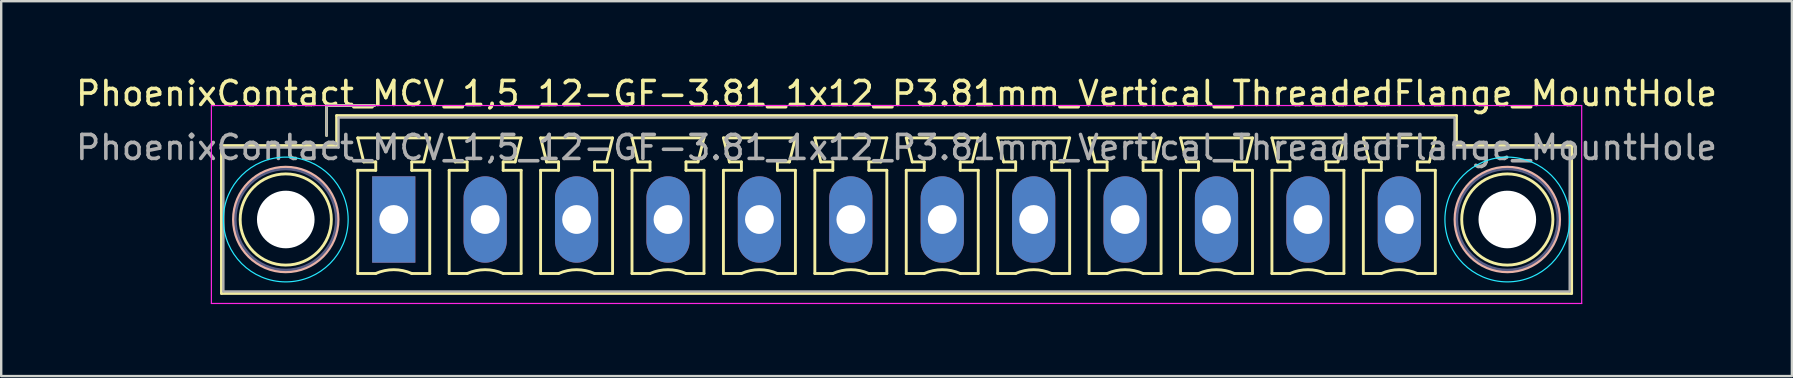
<source format=kicad_pcb>
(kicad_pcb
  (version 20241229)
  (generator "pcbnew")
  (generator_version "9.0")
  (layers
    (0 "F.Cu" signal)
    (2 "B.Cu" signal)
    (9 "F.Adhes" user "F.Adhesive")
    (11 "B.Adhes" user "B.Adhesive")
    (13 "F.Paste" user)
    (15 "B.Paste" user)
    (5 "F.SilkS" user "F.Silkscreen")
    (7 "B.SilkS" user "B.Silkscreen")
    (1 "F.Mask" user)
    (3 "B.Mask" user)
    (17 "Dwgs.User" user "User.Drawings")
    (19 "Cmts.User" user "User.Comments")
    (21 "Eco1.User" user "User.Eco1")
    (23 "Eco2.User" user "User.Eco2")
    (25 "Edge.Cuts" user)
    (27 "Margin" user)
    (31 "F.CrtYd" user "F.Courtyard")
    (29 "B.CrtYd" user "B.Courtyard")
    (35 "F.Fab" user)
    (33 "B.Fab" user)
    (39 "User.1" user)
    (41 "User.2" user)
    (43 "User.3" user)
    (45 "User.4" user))
  (footprint "PhoenixContact_MCV_1,5_12-GF-3.81_1x12_P3.81mm_Vertical_ThreadedFlange_MountHole"
    (layer "F.Cu")
    (at 13.36 6.098)
    (property "Reference" "PhoenixContact_MCV_1,5_12-GF-3.81_1x12_P3.81mm_Vertical_ThreadedFlange_MountHole" (at 20.955 -5.25 0) (layer "F.SilkS") (effects (font (size 1 1) (thickness 0.15))))
    (attr through_hole)
    (fp_line (start -7.18 -3.08) (end -7.18 3.08) (stroke (width 0.12) (type solid)) (layer "F.SilkS"))
    (fp_line (start -7.18 3.08) (end 49.09 3.08) (stroke (width 0.12) (type solid)) (layer "F.SilkS"))
    (fp_line (start -2.8 -4.75) (end -0.8 -4.75) (stroke (width 0.12) (type solid)) (layer "F.SilkS"))
    (fp_line (start -2.8 -3.5) (end -2.8 -4.75) (stroke (width 0.12) (type solid)) (layer "F.SilkS"))
    (fp_line (start -2.38 -4.33) (end -2.38 -3.08) (stroke (width 0.12) (type solid)) (layer "F.SilkS"))
    (fp_line (start -2.38 -3.08) (end -7.18 -3.08) (stroke (width 0.12) (type solid)) (layer "F.SilkS"))
    (fp_line (start -1.5 -3.4) (end 1.5 -3.4) (stroke (width 0.12) (type solid)) (layer "F.SilkS"))
    (fp_line (start -1.5 -2.05) (end -0.75 -2.05) (stroke (width 0.12) (type solid)) (layer "F.SilkS"))
    (fp_line (start -1.5 2.25) (end -1.5 -2.05) (stroke (width 0.12) (type solid)) (layer "F.SilkS"))
    (fp_line (start -1.25 -2.4) (end -1.5 -3.4) (stroke (width 0.12) (type solid)) (layer "F.SilkS"))
    (fp_line (start -0.75 -2.4) (end -1.25 -2.4) (stroke (width 0.12) (type solid)) (layer "F.SilkS"))
    (fp_line (start -0.75 -2.05) (end -0.75 -2.4) (stroke (width 0.12) (type solid)) (layer "F.SilkS"))
    (fp_line (start -0.75 2.25) (end -1.5 2.25) (stroke (width 0.12) (type solid)) (layer "F.SilkS"))
    (fp_line (start 0.75 -2.4) (end 0.75 -2.05) (stroke (width 0.12) (type solid)) (layer "F.SilkS"))
    (fp_line (start 0.75 -2.05) (end 1.5 -2.05) (stroke (width 0.12) (type solid)) (layer "F.SilkS"))
    (fp_line (start 1.25 -2.4) (end 0.75 -2.4) (stroke (width 0.12) (type solid)) (layer "F.SilkS"))
    (fp_line (start 1.5 -3.4) (end 1.25 -2.4) (stroke (width 0.12) (type solid)) (layer "F.SilkS"))
    (fp_line (start 1.5 -2.05) (end 1.5 2.25) (stroke (width 0.12) (type solid)) (layer "F.SilkS"))
    (fp_line (start 1.5 2.25) (end 0.75 2.25) (stroke (width 0.12) (type solid)) (layer "F.SilkS"))
    (fp_line (start 2.31 -3.4) (end 5.31 -3.4) (stroke (width 0.12) (type solid)) (layer "F.SilkS"))
    (fp_line (start 2.31 -2.05) (end 3.06 -2.05) (stroke (width 0.12) (type solid)) (layer "F.SilkS"))
    (fp_line (start 2.31 2.25) (end 2.31 -2.05) (stroke (width 0.12) (type solid)) (layer "F.SilkS"))
    (fp_line (start 2.56 -2.4) (end 2.31 -3.4) (stroke (width 0.12) (type solid)) (layer "F.SilkS"))
    (fp_line (start 3.06 -2.4) (end 2.56 -2.4) (stroke (width 0.12) (type solid)) (layer "F.SilkS"))
    (fp_line (start 3.06 -2.05) (end 3.06 -2.4) (stroke (width 0.12) (type solid)) (layer "F.SilkS"))
    (fp_line (start 3.06 2.25) (end 2.31 2.25) (stroke (width 0.12) (type solid)) (layer "F.SilkS"))
    (fp_line (start 4.56 -2.4) (end 4.56 -2.05) (stroke (width 0.12) (type solid)) (layer "F.SilkS"))
    (fp_line (start 4.56 -2.05) (end 5.31 -2.05) (stroke (width 0.12) (type solid)) (layer "F.SilkS"))
    (fp_line (start 5.06 -2.4) (end 4.56 -2.4) (stroke (width 0.12) (type solid)) (layer "F.SilkS"))
    (fp_line (start 5.31 -3.4) (end 5.06 -2.4) (stroke (width 0.12) (type solid)) (layer "F.SilkS"))
    (fp_line (start 5.31 -2.05) (end 5.31 2.25) (stroke (width 0.12) (type solid)) (layer "F.SilkS"))
    (fp_line (start 5.31 2.25) (end 4.56 2.25) (stroke (width 0.12) (type solid)) (layer "F.SilkS"))
    (fp_line (start 6.12 -3.4) (end 9.12 -3.4) (stroke (width 0.12) (type solid)) (layer "F.SilkS"))
    (fp_line (start 6.12 -2.05) (end 6.87 -2.05) (stroke (width 0.12) (type solid)) (layer "F.SilkS"))
    (fp_line (start 6.12 2.25) (end 6.12 -2.05) (stroke (width 0.12) (type solid)) (layer "F.SilkS"))
    (fp_line (start 6.37 -2.4) (end 6.12 -3.4) (stroke (width 0.12) (type solid)) (layer "F.SilkS"))
    (fp_line (start 6.87 -2.4) (end 6.37 -2.4) (stroke (width 0.12) (type solid)) (layer "F.SilkS"))
    (fp_line (start 6.87 -2.05) (end 6.87 -2.4) (stroke (width 0.12) (type solid)) (layer "F.SilkS"))
    (fp_line (start 6.87 2.25) (end 6.12 2.25) (stroke (width 0.12) (type solid)) (layer "F.SilkS"))
    (fp_line (start 8.37 -2.4) (end 8.37 -2.05) (stroke (width 0.12) (type solid)) (layer "F.SilkS"))
    (fp_line (start 8.37 -2.05) (end 9.12 -2.05) (stroke (width 0.12) (type solid)) (layer "F.SilkS"))
    (fp_line (start 8.87 -2.4) (end 8.37 -2.4) (stroke (width 0.12) (type solid)) (layer "F.SilkS"))
    (fp_line (start 9.12 -3.4) (end 8.87 -2.4) (stroke (width 0.12) (type solid)) (layer "F.SilkS"))
    (fp_line (start 9.12 -2.05) (end 9.12 2.25) (stroke (width 0.12) (type solid)) (layer "F.SilkS"))
    (fp_line (start 9.12 2.25) (end 8.37 2.25) (stroke (width 0.12) (type solid)) (layer "F.SilkS"))
    (fp_line (start 9.93 -3.4) (end 12.93 -3.4) (stroke (width 0.12) (type solid)) (layer "F.SilkS"))
    (fp_line (start 9.93 -2.05) (end 10.68 -2.05) (stroke (width 0.12) (type solid)) (layer "F.SilkS"))
    (fp_line (start 9.93 2.25) (end 9.93 -2.05) (stroke (width 0.12) (type solid)) (layer "F.SilkS"))
    (fp_line (start 10.18 -2.4) (end 9.93 -3.4) (stroke (width 0.12) (type solid)) (layer "F.SilkS"))
    (fp_line (start 10.68 -2.4) (end 10.18 -2.4) (stroke (width 0.12) (type solid)) (layer "F.SilkS"))
    (fp_line (start 10.68 -2.05) (end 10.68 -2.4) (stroke (width 0.12) (type solid)) (layer "F.SilkS"))
    (fp_line (start 10.68 2.25) (end 9.93 2.25) (stroke (width 0.12) (type solid)) (layer "F.SilkS"))
    (fp_line (start 12.18 -2.4) (end 12.18 -2.05) (stroke (width 0.12) (type solid)) (layer "F.SilkS"))
    (fp_line (start 12.18 -2.05) (end 12.93 -2.05) (stroke (width 0.12) (type solid)) (layer "F.SilkS"))
    (fp_line (start 12.68 -2.4) (end 12.18 -2.4) (stroke (width 0.12) (type solid)) (layer "F.SilkS"))
    (fp_line (start 12.93 -3.4) (end 12.68 -2.4) (stroke (width 0.12) (type solid)) (layer "F.SilkS"))
    (fp_line (start 12.93 -2.05) (end 12.93 2.25) (stroke (width 0.12) (type solid)) (layer "F.SilkS"))
    (fp_line (start 12.93 2.25) (end 12.18 2.25) (stroke (width 0.12) (type solid)) (layer "F.SilkS"))
    (fp_line (start 13.74 -3.4) (end 16.74 -3.4) (stroke (width 0.12) (type solid)) (layer "F.SilkS"))
    (fp_line (start 13.74 -2.05) (end 14.49 -2.05) (stroke (width 0.12) (type solid)) (layer "F.SilkS"))
    (fp_line (start 13.74 2.25) (end 13.74 -2.05) (stroke (width 0.12) (type solid)) (layer "F.SilkS"))
    (fp_line (start 13.99 -2.4) (end 13.74 -3.4) (stroke (width 0.12) (type solid)) (layer "F.SilkS"))
    (fp_line (start 14.49 -2.4) (end 13.99 -2.4) (stroke (width 0.12) (type solid)) (layer "F.SilkS"))
    (fp_line (start 14.49 -2.05) (end 14.49 -2.4) (stroke (width 0.12) (type solid)) (layer "F.SilkS"))
    (fp_line (start 14.49 2.25) (end 13.74 2.25) (stroke (width 0.12) (type solid)) (layer "F.SilkS"))
    (fp_line (start 15.99 -2.4) (end 15.99 -2.05) (stroke (width 0.12) (type solid)) (layer "F.SilkS"))
    (fp_line (start 15.99 -2.05) (end 16.74 -2.05) (stroke (width 0.12) (type solid)) (layer "F.SilkS"))
    (fp_line (start 16.49 -2.4) (end 15.99 -2.4) (stroke (width 0.12) (type solid)) (layer "F.SilkS"))
    (fp_line (start 16.74 -3.4) (end 16.49 -2.4) (stroke (width 0.12) (type solid)) (layer "F.SilkS"))
    (fp_line (start 16.74 -2.05) (end 16.74 2.25) (stroke (width 0.12) (type solid)) (layer "F.SilkS"))
    (fp_line (start 16.74 2.25) (end 15.99 2.25) (stroke (width 0.12) (type solid)) (layer "F.SilkS"))
    (fp_line (start 17.55 -3.4) (end 20.55 -3.4) (stroke (width 0.12) (type solid)) (layer "F.SilkS"))
    (fp_line (start 17.55 -2.05) (end 18.3 -2.05) (stroke (width 0.12) (type solid)) (layer "F.SilkS"))
    (fp_line (start 17.55 2.25) (end 17.55 -2.05) (stroke (width 0.12) (type solid)) (layer "F.SilkS"))
    (fp_line (start 17.8 -2.4) (end 17.55 -3.4) (stroke (width 0.12) (type solid)) (layer "F.SilkS"))
    (fp_line (start 18.3 -2.4) (end 17.8 -2.4) (stroke (width 0.12) (type solid)) (layer "F.SilkS"))
    (fp_line (start 18.3 -2.05) (end 18.3 -2.4) (stroke (width 0.12) (type solid)) (layer "F.SilkS"))
    (fp_line (start 18.3 2.25) (end 17.55 2.25) (stroke (width 0.12) (type solid)) (layer "F.SilkS"))
    (fp_line (start 19.8 -2.4) (end 19.8 -2.05) (stroke (width 0.12) (type solid)) (layer "F.SilkS"))
    (fp_line (start 19.8 -2.05) (end 20.55 -2.05) (stroke (width 0.12) (type solid)) (layer "F.SilkS"))
    (fp_line (start 20.3 -2.4) (end 19.8 -2.4) (stroke (width 0.12) (type solid)) (layer "F.SilkS"))
    (fp_line (start 20.55 -3.4) (end 20.3 -2.4) (stroke (width 0.12) (type solid)) (layer "F.SilkS"))
    (fp_line (start 20.55 -2.05) (end 20.55 2.25) (stroke (width 0.12) (type solid)) (layer "F.SilkS"))
    (fp_line (start 20.55 2.25) (end 19.8 2.25) (stroke (width 0.12) (type solid)) (layer "F.SilkS"))
    (fp_line (start 21.36 -3.4) (end 24.36 -3.4) (stroke (width 0.12) (type solid)) (layer "F.SilkS"))
    (fp_line (start 21.36 -2.05) (end 22.11 -2.05) (stroke (width 0.12) (type solid)) (layer "F.SilkS"))
    (fp_line (start 21.36 2.25) (end 21.36 -2.05) (stroke (width 0.12) (type solid)) (layer "F.SilkS"))
    (fp_line (start 21.61 -2.4) (end 21.36 -3.4) (stroke (width 0.12) (type solid)) (layer "F.SilkS"))
    (fp_line (start 22.11 -2.4) (end 21.61 -2.4) (stroke (width 0.12) (type solid)) (layer "F.SilkS"))
    (fp_line (start 22.11 -2.05) (end 22.11 -2.4) (stroke (width 0.12) (type solid)) (layer "F.SilkS"))
    (fp_line (start 22.11 2.25) (end 21.36 2.25) (stroke (width 0.12) (type solid)) (layer "F.SilkS"))
    (fp_line (start 23.61 -2.4) (end 23.61 -2.05) (stroke (width 0.12) (type solid)) (layer "F.SilkS"))
    (fp_line (start 23.61 -2.05) (end 24.36 -2.05) (stroke (width 0.12) (type solid)) (layer "F.SilkS"))
    (fp_line (start 24.11 -2.4) (end 23.61 -2.4) (stroke (width 0.12) (type solid)) (layer "F.SilkS"))
    (fp_line (start 24.36 -3.4) (end 24.11 -2.4) (stroke (width 0.12) (type solid)) (layer "F.SilkS"))
    (fp_line (start 24.36 -2.05) (end 24.36 2.25) (stroke (width 0.12) (type solid)) (layer "F.SilkS"))
    (fp_line (start 24.36 2.25) (end 23.61 2.25) (stroke (width 0.12) (type solid)) (layer "F.SilkS"))
    (fp_line (start 25.17 -3.4) (end 28.17 -3.4) (stroke (width 0.12) (type solid)) (layer "F.SilkS"))
    (fp_line (start 25.17 -2.05) (end 25.92 -2.05) (stroke (width 0.12) (type solid)) (layer "F.SilkS"))
    (fp_line (start 25.17 2.25) (end 25.17 -2.05) (stroke (width 0.12) (type solid)) (layer "F.SilkS"))
    (fp_line (start 25.42 -2.4) (end 25.17 -3.4) (stroke (width 0.12) (type solid)) (layer "F.SilkS"))
    (fp_line (start 25.92 -2.4) (end 25.42 -2.4) (stroke (width 0.12) (type solid)) (layer "F.SilkS"))
    (fp_line (start 25.92 -2.05) (end 25.92 -2.4) (stroke (width 0.12) (type solid)) (layer "F.SilkS"))
    (fp_line (start 25.92 2.25) (end 25.17 2.25) (stroke (width 0.12) (type solid)) (layer "F.SilkS"))
    (fp_line (start 27.42 -2.4) (end 27.42 -2.05) (stroke (width 0.12) (type solid)) (layer "F.SilkS"))
    (fp_line (start 27.42 -2.05) (end 28.17 -2.05) (stroke (width 0.12) (type solid)) (layer "F.SilkS"))
    (fp_line (start 27.92 -2.4) (end 27.42 -2.4) (stroke (width 0.12) (type solid)) (layer "F.SilkS"))
    (fp_line (start 28.17 -3.4) (end 27.92 -2.4) (stroke (width 0.12) (type solid)) (layer "F.SilkS"))
    (fp_line (start 28.17 -2.05) (end 28.17 2.25) (stroke (width 0.12) (type solid)) (layer "F.SilkS"))
    (fp_line (start 28.17 2.25) (end 27.42 2.25) (stroke (width 0.12) (type solid)) (layer "F.SilkS"))
    (fp_line (start 28.98 -3.4) (end 31.98 -3.4) (stroke (width 0.12) (type solid)) (layer "F.SilkS"))
    (fp_line (start 28.98 -2.05) (end 29.73 -2.05) (stroke (width 0.12) (type solid)) (layer "F.SilkS"))
    (fp_line (start 28.98 2.25) (end 28.98 -2.05) (stroke (width 0.12) (type solid)) (layer "F.SilkS"))
    (fp_line (start 29.23 -2.4) (end 28.98 -3.4) (stroke (width 0.12) (type solid)) (layer "F.SilkS"))
    (fp_line (start 29.73 -2.4) (end 29.23 -2.4) (stroke (width 0.12) (type solid)) (layer "F.SilkS"))
    (fp_line (start 29.73 -2.05) (end 29.73 -2.4) (stroke (width 0.12) (type solid)) (layer "F.SilkS"))
    (fp_line (start 29.73 2.25) (end 28.98 2.25) (stroke (width 0.12) (type solid)) (layer "F.SilkS"))
    (fp_line (start 31.23 -2.4) (end 31.23 -2.05) (stroke (width 0.12) (type solid)) (layer "F.SilkS"))
    (fp_line (start 31.23 -2.05) (end 31.98 -2.05) (stroke (width 0.12) (type solid)) (layer "F.SilkS"))
    (fp_line (start 31.73 -2.4) (end 31.23 -2.4) (stroke (width 0.12) (type solid)) (layer "F.SilkS"))
    (fp_line (start 31.98 -3.4) (end 31.73 -2.4) (stroke (width 0.12) (type solid)) (layer "F.SilkS"))
    (fp_line (start 31.98 -2.05) (end 31.98 2.25) (stroke (width 0.12) (type solid)) (layer "F.SilkS"))
    (fp_line (start 31.98 2.25) (end 31.23 2.25) (stroke (width 0.12) (type solid)) (layer "F.SilkS"))
    (fp_line (start 32.79 -3.4) (end 35.79 -3.4) (stroke (width 0.12) (type solid)) (layer "F.SilkS"))
    (fp_line (start 32.79 -2.05) (end 33.54 -2.05) (stroke (width 0.12) (type solid)) (layer "F.SilkS"))
    (fp_line (start 32.79 2.25) (end 32.79 -2.05) (stroke (width 0.12) (type solid)) (layer "F.SilkS"))
    (fp_line (start 33.04 -2.4) (end 32.79 -3.4) (stroke (width 0.12) (type solid)) (layer "F.SilkS"))
    (fp_line (start 33.54 -2.4) (end 33.04 -2.4) (stroke (width 0.12) (type solid)) (layer "F.SilkS"))
    (fp_line (start 33.54 -2.05) (end 33.54 -2.4) (stroke (width 0.12) (type solid)) (layer "F.SilkS"))
    (fp_line (start 33.54 2.25) (end 32.79 2.25) (stroke (width 0.12) (type solid)) (layer "F.SilkS"))
    (fp_line (start 35.04 -2.4) (end 35.04 -2.05) (stroke (width 0.12) (type solid)) (layer "F.SilkS"))
    (fp_line (start 35.04 -2.05) (end 35.79 -2.05) (stroke (width 0.12) (type solid)) (layer "F.SilkS"))
    (fp_line (start 35.54 -2.4) (end 35.04 -2.4) (stroke (width 0.12) (type solid)) (layer "F.SilkS"))
    (fp_line (start 35.79 -3.4) (end 35.54 -2.4) (stroke (width 0.12) (type solid)) (layer "F.SilkS"))
    (fp_line (start 35.79 -2.05) (end 35.79 2.25) (stroke (width 0.12) (type solid)) (layer "F.SilkS"))
    (fp_line (start 35.79 2.25) (end 35.04 2.25) (stroke (width 0.12) (type solid)) (layer "F.SilkS"))
    (fp_line (start 36.6 -3.4) (end 39.6 -3.4) (stroke (width 0.12) (type solid)) (layer "F.SilkS"))
    (fp_line (start 36.6 -2.05) (end 37.35 -2.05) (stroke (width 0.12) (type solid)) (layer "F.SilkS"))
    (fp_line (start 36.6 2.25) (end 36.6 -2.05) (stroke (width 0.12) (type solid)) (layer "F.SilkS"))
    (fp_line (start 36.85 -2.4) (end 36.6 -3.4) (stroke (width 0.12) (type solid)) (layer "F.SilkS"))
    (fp_line (start 37.35 -2.4) (end 36.85 -2.4) (stroke (width 0.12) (type solid)) (layer "F.SilkS"))
    (fp_line (start 37.35 -2.05) (end 37.35 -2.4) (stroke (width 0.12) (type solid)) (layer "F.SilkS"))
    (fp_line (start 37.35 2.25) (end 36.6 2.25) (stroke (width 0.12) (type solid)) (layer "F.SilkS"))
    (fp_line (start 38.85 -2.4) (end 38.85 -2.05) (stroke (width 0.12) (type solid)) (layer "F.SilkS"))
    (fp_line (start 38.85 -2.05) (end 39.6 -2.05) (stroke (width 0.12) (type solid)) (layer "F.SilkS"))
    (fp_line (start 39.35 -2.4) (end 38.85 -2.4) (stroke (width 0.12) (type solid)) (layer "F.SilkS"))
    (fp_line (start 39.6 -3.4) (end 39.35 -2.4) (stroke (width 0.12) (type solid)) (layer "F.SilkS"))
    (fp_line (start 39.6 -2.05) (end 39.6 2.25) (stroke (width 0.12) (type solid)) (layer "F.SilkS"))
    (fp_line (start 39.6 2.25) (end 38.85 2.25) (stroke (width 0.12) (type solid)) (layer "F.SilkS"))
    (fp_line (start 40.41 -3.4) (end 43.41 -3.4) (stroke (width 0.12) (type solid)) (layer "F.SilkS"))
    (fp_line (start 40.41 -2.05) (end 41.16 -2.05) (stroke (width 0.12) (type solid)) (layer "F.SilkS"))
    (fp_line (start 40.41 2.25) (end 40.41 -2.05) (stroke (width 0.12) (type solid)) (layer "F.SilkS"))
    (fp_line (start 40.66 -2.4) (end 40.41 -3.4) (stroke (width 0.12) (type solid)) (layer "F.SilkS"))
    (fp_line (start 41.16 -2.4) (end 40.66 -2.4) (stroke (width 0.12) (type solid)) (layer "F.SilkS"))
    (fp_line (start 41.16 -2.05) (end 41.16 -2.4) (stroke (width 0.12) (type solid)) (layer "F.SilkS"))
    (fp_line (start 41.16 2.25) (end 40.41 2.25) (stroke (width 0.12) (type solid)) (layer "F.SilkS"))
    (fp_line (start 42.66 -2.4) (end 42.66 -2.05) (stroke (width 0.12) (type solid)) (layer "F.SilkS"))
    (fp_line (start 42.66 -2.05) (end 43.41 -2.05) (stroke (width 0.12) (type solid)) (layer "F.SilkS"))
    (fp_line (start 43.16 -2.4) (end 42.66 -2.4) (stroke (width 0.12) (type solid)) (layer "F.SilkS"))
    (fp_line (start 43.41 -3.4) (end 43.16 -2.4) (stroke (width 0.12) (type solid)) (layer "F.SilkS"))
    (fp_line (start 43.41 -2.05) (end 43.41 2.25) (stroke (width 0.12) (type solid)) (layer "F.SilkS"))
    (fp_line (start 43.41 2.25) (end 42.66 2.25) (stroke (width 0.12) (type solid)) (layer "F.SilkS"))
    (fp_line (start 44.29 -4.33) (end -2.38 -4.33) (stroke (width 0.12) (type solid)) (layer "F.SilkS"))
    (fp_line (start 44.29 -3.08) (end 44.29 -4.33) (stroke (width 0.12) (type solid)) (layer "F.SilkS"))
    (fp_line (start 49.09 -3.08) (end 44.29 -3.08) (stroke (width 0.12) (type solid)) (layer "F.SilkS"))
    (fp_line (start 49.09 3.08) (end 49.09 -3.08) (stroke (width 0.12) (type solid)) (layer "F.SilkS"))
    (fp_arc (start -0.75 2.25) (mid -0.000193 2.09191) (end 0.749647 2.249844) (stroke (width 0.12) (type solid)) (layer "F.SilkS"))
    (fp_arc (start 3.06 2.25) (mid 3.809807 2.09191) (end 4.559647 2.249844) (stroke (width 0.12) (type solid)) (layer "F.SilkS"))
    (fp_arc (start 6.87 2.25) (mid 7.619807 2.09191) (end 8.369647 2.249844) (stroke (width 0.12) (type solid)) (layer "F.SilkS"))
    (fp_arc (start 10.68 2.25) (mid 11.429807 2.09191) (end 12.179647 2.249844) (stroke (width 0.12) (type solid)) (layer "F.SilkS"))
    (fp_arc (start 14.49 2.25) (mid 15.239807 2.09191) (end 15.989647 2.249844) (stroke (width 0.12) (type solid)) (layer "F.SilkS"))
    (fp_arc (start 18.3 2.25) (mid 19.049807 2.09191) (end 19.799647 2.249844) (stroke (width 0.12) (type solid)) (layer "F.SilkS"))
    (fp_arc (start 22.11 2.25) (mid 22.859807 2.09191) (end 23.609647 2.249844) (stroke (width 0.12) (type solid)) (layer "F.SilkS"))
    (fp_arc (start 25.92 2.25) (mid 26.669807 2.09191) (end 27.419647 2.249844) (stroke (width 0.12) (type solid)) (layer "F.SilkS"))
    (fp_arc (start 29.73 2.25) (mid 30.479807 2.09191) (end 31.229647 2.249844) (stroke (width 0.12) (type solid)) (layer "F.SilkS"))
    (fp_arc (start 33.54 2.25) (mid 34.289807 2.09191) (end 35.039647 2.249844) (stroke (width 0.12) (type solid)) (layer "F.SilkS"))
    (fp_arc (start 37.35 2.25) (mid 38.099807 2.09191) (end 38.849647 2.249844) (stroke (width 0.12) (type solid)) (layer "F.SilkS"))
    (fp_arc (start 41.16 2.25) (mid 41.909807 2.09191) (end 42.659647 2.249844) (stroke (width 0.12) (type solid)) (layer "F.SilkS"))
    (fp_circle (center -4.5 0) (end -2.6 0) (stroke (width 0.12) (type solid)) (fill no) (layer "F.SilkS"))
    (fp_circle (center 46.41 0) (end 48.31 0) (stroke (width 0.12) (type solid)) (fill no) (layer "F.SilkS"))
    (fp_circle (center -4.5 0) (end -2.32 0) (stroke (width 0.12) (type solid)) (fill no) (layer "B.SilkS"))
    (fp_circle (center 46.41 0) (end 48.59 0) (stroke (width 0.12) (type solid)) (fill no) (layer "B.SilkS"))
    (fp_circle (center -4.5 0) (end -1.9 0) (stroke (width 0.05) (type solid)) (fill no) (layer "B.CrtYd"))
    (fp_circle (center 46.41 0) (end 49.01 0) (stroke (width 0.05) (type solid)) (fill no) (layer "B.CrtYd"))
    (fp_line (start -7.6 -4.75) (end -7.6 3.5) (stroke (width 0.05) (type solid)) (layer "F.CrtYd"))
    (fp_line (start -7.6 3.5) (end 49.51 3.5) (stroke (width 0.05) (type solid)) (layer "F.CrtYd"))
    (fp_line (start 49.51 -4.75) (end -7.6 -4.75) (stroke (width 0.05) (type solid)) (layer "F.CrtYd"))
    (fp_line (start 49.51 3.5) (end 49.51 -4.75) (stroke (width 0.05) (type solid)) (layer "F.CrtYd"))
    (fp_circle (center -4.5 0) (end -2.4 0) (stroke (width 0.1) (type solid)) (fill no) (layer "B.Fab"))
    (fp_circle (center 46.41 0) (end 48.51 0) (stroke (width 0.1) (type solid)) (fill no) (layer "B.Fab"))
    (fp_line (start -7.1 -3) (end -7.1 3) (stroke (width 0.1) (type solid)) (layer "F.Fab"))
    (fp_line (start -7.1 3) (end 49.01 3) (stroke (width 0.1) (type solid)) (layer "F.Fab"))
    (fp_line (start -2.8 -4.75) (end -0.8 -4.75) (stroke (width 0.1) (type solid)) (layer "F.Fab"))
    (fp_line (start -2.8 -3.5) (end -2.8 -4.75) (stroke (width 0.1) (type solid)) (layer "F.Fab"))
    (fp_line (start -2.3 -4.25) (end -2.3 -3) (stroke (width 0.1) (type solid)) (layer "F.Fab"))
    (fp_line (start -2.3 -3) (end -7.1 -3) (stroke (width 0.1) (type solid)) (layer "F.Fab"))
    (fp_line (start 44.21 -4.25) (end -2.3 -4.25) (stroke (width 0.1) (type solid)) (layer "F.Fab"))
    (fp_line (start 44.21 -3) (end 44.21 -4.25) (stroke (width 0.1) (type solid)) (layer "F.Fab"))
    (fp_line (start 49.01 -3) (end 44.21 -3) (stroke (width 0.1) (type solid)) (layer "F.Fab"))
    (fp_line (start 49.01 3) (end 49.01 -3) (stroke (width 0.1) (type solid)) (layer "F.Fab"))
    (fp_text user "${REFERENCE}" (at 20.955 -3 0) (layer "F.Fab") (effects (font (size 1 1) (thickness 0.15))))
    (pad "" np_thru_hole circle (at -4.5 0) (size 2.4 2.4) (drill 2.4) (layers "*.Cu" "*.Mask"))
    (pad "" np_thru_hole circle (at 46.41 0) (size 2.4 2.4) (drill 2.4) (layers "*.Cu" "*.Mask"))
    (pad "1" thru_hole rect (at 0 0) (size 1.8 3.6) (drill 1.2) (layers "*.Cu" "*.Mask"))
    (pad "2" thru_hole oval (at 3.81 0) (size 1.8 3.6) (drill 1.2) (layers "*.Cu" "*.Mask"))
    (pad "3" thru_hole oval (at 7.62 0) (size 1.8 3.6) (drill 1.2) (layers "*.Cu" "*.Mask"))
    (pad "4" thru_hole oval (at 11.43 0) (size 1.8 3.6) (drill 1.2) (layers "*.Cu" "*.Mask"))
    (pad "5" thru_hole oval (at 15.24 0) (size 1.8 3.6) (drill 1.2) (layers "*.Cu" "*.Mask"))
    (pad "6" thru_hole oval (at 19.05 0) (size 1.8 3.6) (drill 1.2) (layers "*.Cu" "*.Mask"))
    (pad "7" thru_hole oval (at 22.86 0) (size 1.8 3.6) (drill 1.2) (layers "*.Cu" "*.Mask"))
    (pad "8" thru_hole oval (at 26.67 0) (size 1.8 3.6) (drill 1.2) (layers "*.Cu" "*.Mask"))
    (pad "9" thru_hole oval (at 30.48 0) (size 1.8 3.6) (drill 1.2) (layers "*.Cu" "*.Mask"))
    (pad "10" thru_hole oval (at 34.29 0) (size 1.8 3.6) (drill 1.2) (layers "*.Cu" "*.Mask"))
    (pad "11" thru_hole oval (at 38.1 0) (size 1.8 3.6) (drill 1.2) (layers "*.Cu" "*.Mask"))
    (pad "12" thru_hole oval (at 41.91 0) (size 1.8 3.6) (drill 1.2) (layers "*.Cu" "*.Mask")))
  (gr_rect
    (start -3 -3)
    (end 71.631 12.623)
    (stroke (width 0.1) (type default))
    (fill no)
    (layer "Edge.Cuts")))
</source>
